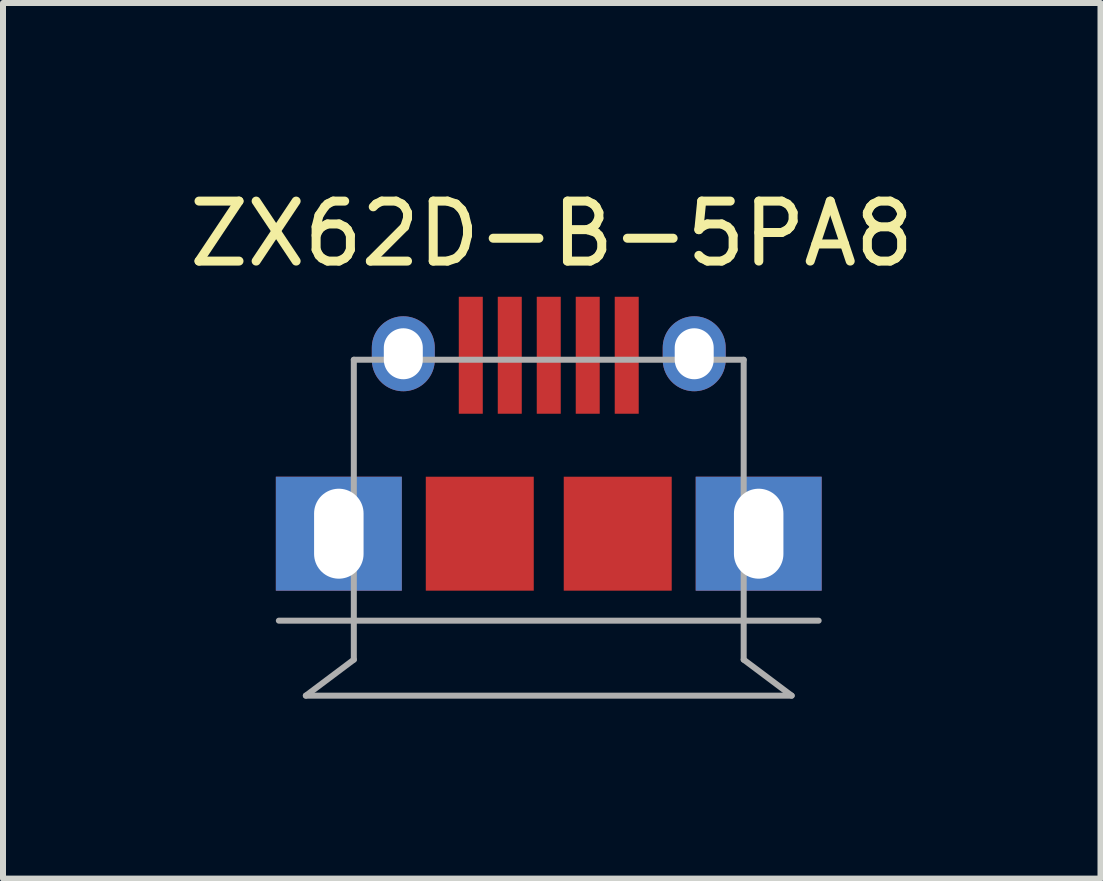
<source format=kicad_pcb>
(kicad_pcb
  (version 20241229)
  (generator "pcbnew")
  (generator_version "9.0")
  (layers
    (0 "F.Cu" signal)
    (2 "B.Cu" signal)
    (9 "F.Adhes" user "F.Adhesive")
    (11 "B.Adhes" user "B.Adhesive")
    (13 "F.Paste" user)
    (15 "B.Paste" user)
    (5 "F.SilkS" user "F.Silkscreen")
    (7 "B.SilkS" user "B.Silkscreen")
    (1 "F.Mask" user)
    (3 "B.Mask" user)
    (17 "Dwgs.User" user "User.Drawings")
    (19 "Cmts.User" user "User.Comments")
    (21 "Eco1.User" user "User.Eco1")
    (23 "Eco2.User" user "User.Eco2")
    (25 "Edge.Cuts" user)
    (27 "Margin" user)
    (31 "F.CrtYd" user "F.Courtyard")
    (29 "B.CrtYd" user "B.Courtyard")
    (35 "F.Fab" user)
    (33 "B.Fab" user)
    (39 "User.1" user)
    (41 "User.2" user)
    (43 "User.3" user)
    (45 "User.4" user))
  (footprint "ZX62D-B-5PA8"
    (layer "F.Cu")
    (at 6.099 5.848)
    (property "Reference" "ZX62D-B-5PA8" (at 0.05 -5 0) (layer "F.SilkS") (effects (font (size 1 1) (thickness 0.15))))
    (attr through_hole)
    (fp_line (start -4.5 1.45) (end 4.5 1.45) (stroke (width 0.1) (type solid)) (layer "F.Fab"))
    (fp_line (start -4.05 2.7) (end 4.05 2.7) (stroke (width 0.1) (type solid)) (layer "F.Fab"))
    (fp_line (start -3.25 -2.9) (end 3.25 -2.9) (stroke (width 0.1) (type solid)) (layer "F.Fab"))
    (fp_line (start -3.25 2.1) (end -4.05 2.7) (stroke (width 0.1) (type solid)) (layer "F.Fab"))
    (fp_line (start -3.25 2.1) (end -3.25 -2.9) (stroke (width 0.1) (type solid)) (layer "F.Fab"))
    (fp_line (start 3.25 -2.9) (end 3.25 2.1) (stroke (width 0.1) (type solid)) (layer "F.Fab"))
    (fp_line (start 4.05 2.7) (end 3.25 2.1) (stroke (width 0.1) (type solid)) (layer "F.Fab"))
    (pad "1" smd rect (at -1.3 -2.975) (size 0.4 1.95) (layers "F.Cu" "F.Mask" "F.Paste"))
    (pad "2" smd rect (at -0.65 -2.975) (size 0.4 1.95) (layers "F.Cu" "F.Mask" "F.Paste"))
    (pad "3" smd rect (at 0 -2.975) (size 0.4 1.95) (layers "F.Cu" "F.Mask" "F.Paste"))
    (pad "4" smd rect (at 0.65 -2.975) (size 0.4 1.95) (layers "F.Cu" "F.Mask" "F.Paste"))
    (pad "5" smd rect (at 1.3 -2.975) (size 0.4 1.95) (layers "F.Cu" "F.Mask" "F.Paste"))
    (pad "6" thru_hole rect (at -3.5 0) (size 2.1 1.9) (drill oval 0.825 1.5) (layers "*.Cu" "*.Mask"))
    (pad "6" thru_hole oval (at -2.425 -3) (size 1.05 1.25) (drill oval 0.65 0.85) (layers "*.Cu" "*.Mask"))
    (pad "6" smd rect (at -1.15 0) (size 1.8 1.9) (layers "F.Cu" "F.Mask" "F.Paste"))
    (pad "6" smd rect (at 1.15 0) (size 1.8 1.9) (layers "F.Cu" "F.Mask" "F.Paste"))
    (pad "6" thru_hole oval (at 2.425 -3) (size 1.05 1.25) (drill oval 0.65 0.85) (layers "*.Cu" "*.Mask"))
    (pad "6" thru_hole rect (at 3.5 0) (size 2.1 1.9) (drill oval 0.825 1.5) (layers "*.Cu" "*.Mask")))
  (gr_rect
    (start -3 -3)
    (end 15.298 11.598)
    (stroke (width 0.1) (type default))
    (fill no)
    (layer "Edge.Cuts")))
</source>
